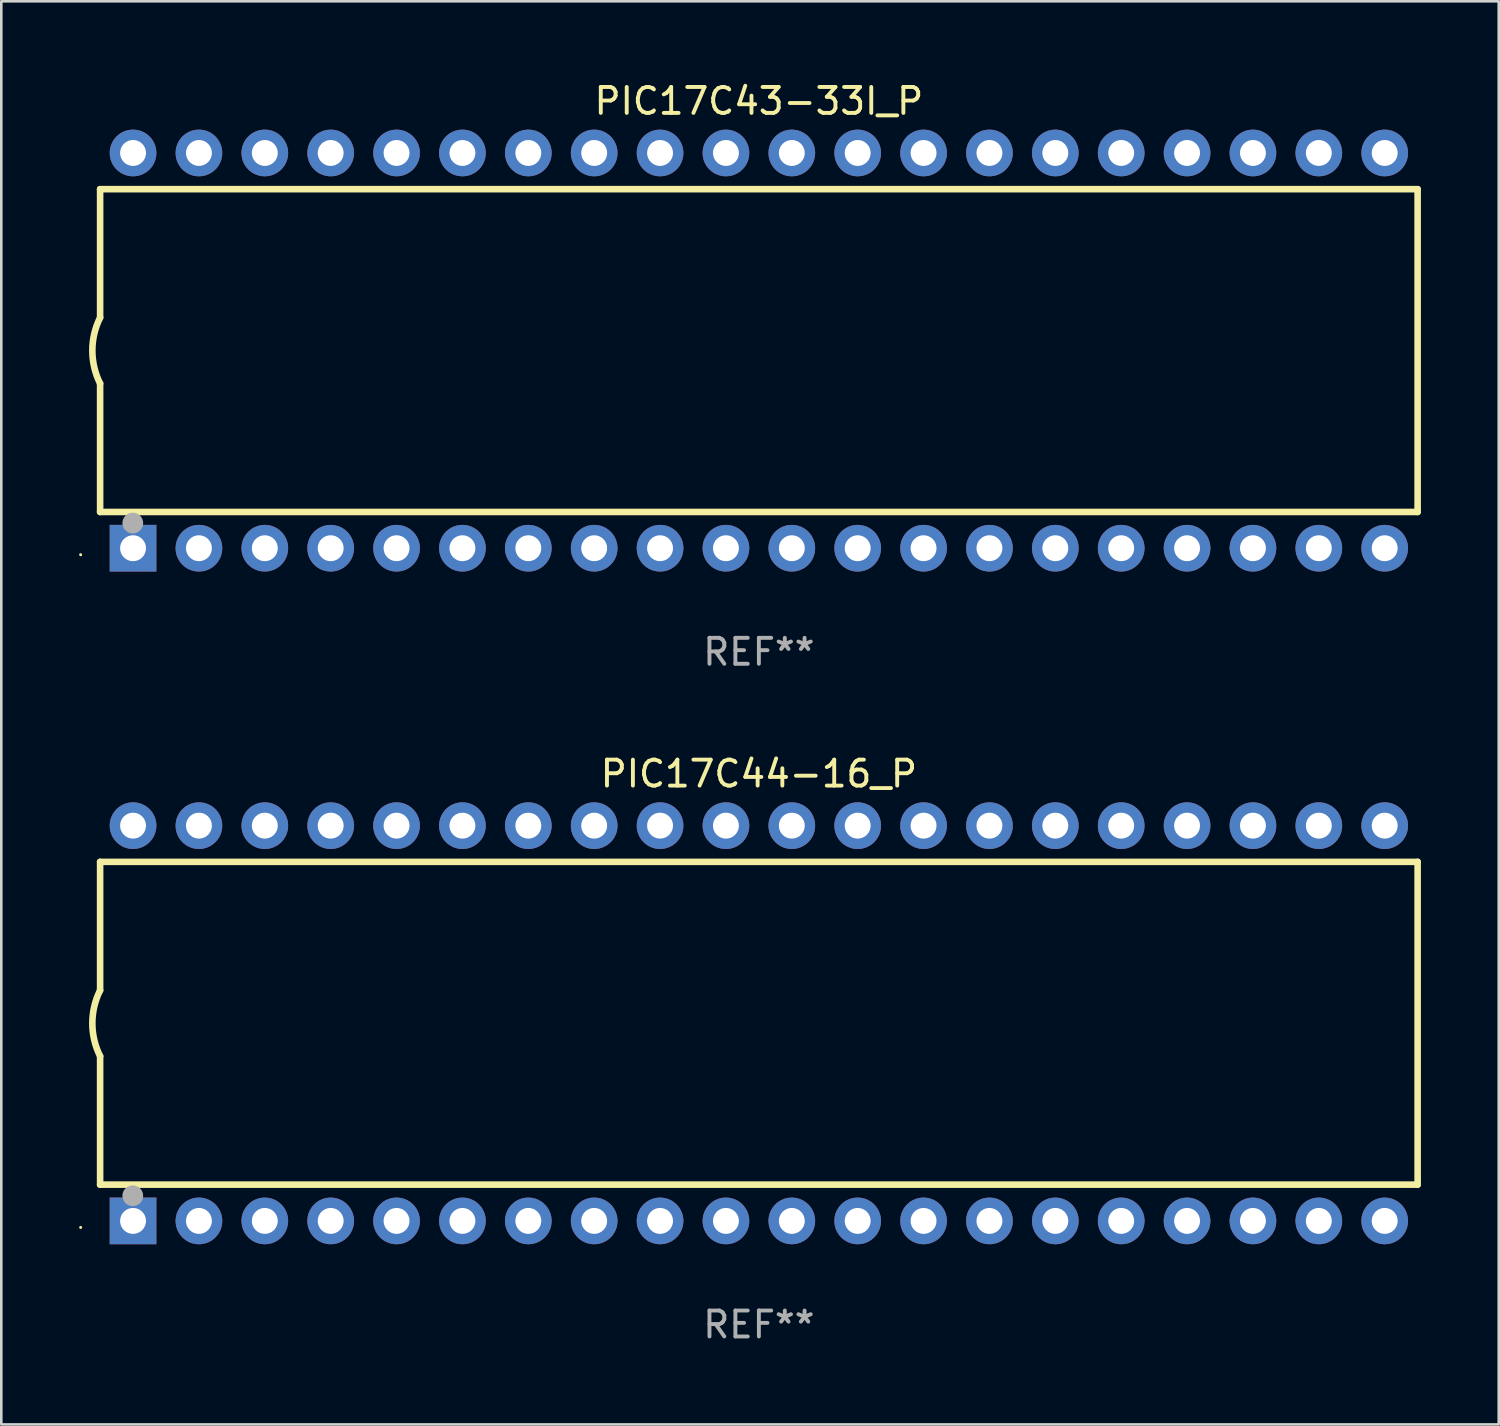
<source format=kicad_pcb>
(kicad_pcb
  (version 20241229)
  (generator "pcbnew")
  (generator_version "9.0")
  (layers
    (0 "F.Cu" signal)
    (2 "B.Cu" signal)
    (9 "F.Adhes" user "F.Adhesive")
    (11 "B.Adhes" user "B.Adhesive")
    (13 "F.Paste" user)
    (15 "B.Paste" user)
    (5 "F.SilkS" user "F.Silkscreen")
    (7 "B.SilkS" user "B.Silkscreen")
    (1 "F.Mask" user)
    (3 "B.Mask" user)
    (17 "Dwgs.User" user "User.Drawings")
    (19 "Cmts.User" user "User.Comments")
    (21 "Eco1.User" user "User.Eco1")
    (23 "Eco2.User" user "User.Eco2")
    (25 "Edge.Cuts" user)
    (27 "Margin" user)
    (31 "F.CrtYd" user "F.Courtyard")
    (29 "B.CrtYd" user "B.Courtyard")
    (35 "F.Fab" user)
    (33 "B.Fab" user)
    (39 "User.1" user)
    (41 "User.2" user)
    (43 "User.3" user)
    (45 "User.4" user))
  (footprint "PIC17C43-33I_P"
    (layer "F.Cu")
    (at 26.21 10.468)
    (property "Reference" "PIC17C43-33I_P" (at 0 -9.62 0) (layer "F.SilkS") (effects (font (size 1 1) (thickness 0.15))))
    (attr through_hole)
    (fp_line (start -25.4 -6.224) (end -25.4 -1.271) (stroke (width 0.254) (type solid)) (layer "F.SilkS"))
    (fp_line (start -25.4 -6.224) (end 25.4 -6.224) (stroke (width 0.254) (type solid)) (layer "F.SilkS"))
    (fp_line (start -25.4 1.269) (end -25.4 6.222) (stroke (width 0.254) (type solid)) (layer "F.SilkS"))
    (fp_line (start -25.4 6.222) (end 25.4 6.222) (stroke (width 0.254) (type solid)) (layer "F.SilkS"))
    (fp_line (start 25.4 6.222) (end 25.4 -6.224) (stroke (width 0.254) (type solid)) (layer "F.SilkS"))
    (fp_arc (start -25.4 1.269241) (mid -25.699807 -0.000762) (end -25.4 -1.270765) (stroke (width 0.254001) (type solid)) (layer "F.SilkS"))
    (fp_circle (center -26.15 7.87) (end -26.12 7.87) (stroke (width 0.06) (type solid)) (fill no) (layer "F.SilkS"))
    (fp_circle (center -24.14 6.65) (end -23.94 6.65) (stroke (width 0.4) (type solid)) (fill no) (layer "F.Fab"))
    (fp_text user "REF**" (at 0 11.62 0) (layer "F.Fab") (effects (font (size 1 1) (thickness 0.15))))
    (pad "1" thru_hole rect (at -24.13 7.62 90) (size 1.8 1.8) (drill 1) (layers "*.Cu" "*.Mask"))
    (pad "2" thru_hole circle (at -21.59 7.62) (size 1.8 1.8) (drill 1) (layers "*.Cu" "*.Mask"))
    (pad "3" thru_hole circle (at -19.05 7.62) (size 1.8 1.8) (drill 1) (layers "*.Cu" "*.Mask"))
    (pad "4" thru_hole circle (at -16.51 7.62) (size 1.8 1.8) (drill 1) (layers "*.Cu" "*.Mask"))
    (pad "5" thru_hole circle (at -13.97 7.62) (size 1.8 1.8) (drill 1) (layers "*.Cu" "*.Mask"))
    (pad "6" thru_hole circle (at -11.43 7.62) (size 1.8 1.8) (drill 1) (layers "*.Cu" "*.Mask"))
    (pad "7" thru_hole circle (at -8.89 7.62) (size 1.8 1.8) (drill 1) (layers "*.Cu" "*.Mask"))
    (pad "8" thru_hole circle (at -6.35 7.62) (size 1.8 1.8) (drill 1) (layers "*.Cu" "*.Mask"))
    (pad "9" thru_hole circle (at -3.81 7.62) (size 1.8 1.8) (drill 1) (layers "*.Cu" "*.Mask"))
    (pad "10" thru_hole circle (at -1.27 7.62) (size 1.8 1.8) (drill 1) (layers "*.Cu" "*.Mask"))
    (pad "11" thru_hole circle (at 1.27 7.62) (size 1.8 1.8) (drill 1) (layers "*.Cu" "*.Mask"))
    (pad "12" thru_hole circle (at 3.81 7.62) (size 1.8 1.8) (drill 1) (layers "*.Cu" "*.Mask"))
    (pad "13" thru_hole circle (at 6.35 7.62) (size 1.8 1.8) (drill 1) (layers "*.Cu" "*.Mask"))
    (pad "14" thru_hole circle (at 8.89 7.62) (size 1.8 1.8) (drill 1) (layers "*.Cu" "*.Mask"))
    (pad "15" thru_hole circle (at 11.43 7.62) (size 1.8 1.8) (drill 1) (layers "*.Cu" "*.Mask"))
    (pad "16" thru_hole circle (at 13.97 7.62) (size 1.8 1.8) (drill 1) (layers "*.Cu" "*.Mask"))
    (pad "17" thru_hole circle (at 16.51 7.62) (size 1.8 1.8) (drill 1) (layers "*.Cu" "*.Mask"))
    (pad "18" thru_hole circle (at 19.05 7.62) (size 1.8 1.8) (drill 1) (layers "*.Cu" "*.Mask"))
    (pad "19" thru_hole circle (at 21.59 7.62) (size 1.8 1.8) (drill 1) (layers "*.Cu" "*.Mask"))
    (pad "20" thru_hole circle (at 24.13 7.62) (size 1.8 1.8) (drill 1) (layers "*.Cu" "*.Mask"))
    (pad "21" thru_hole circle (at 24.13 -7.62) (size 1.8 1.8) (drill 1) (layers "*.Cu" "*.Mask"))
    (pad "22" thru_hole circle (at 21.59 -7.62) (size 1.8 1.8) (drill 1) (layers "*.Cu" "*.Mask"))
    (pad "23" thru_hole circle (at 19.05 -7.62) (size 1.8 1.8) (drill 1) (layers "*.Cu" "*.Mask"))
    (pad "24" thru_hole circle (at 16.51 -7.62) (size 1.8 1.8) (drill 1) (layers "*.Cu" "*.Mask"))
    (pad "25" thru_hole circle (at 13.97 -7.62) (size 1.8 1.8) (drill 1) (layers "*.Cu" "*.Mask"))
    (pad "26" thru_hole circle (at 11.43 -7.62) (size 1.8 1.8) (drill 1) (layers "*.Cu" "*.Mask"))
    (pad "27" thru_hole circle (at 8.89 -7.62) (size 1.8 1.8) (drill 1) (layers "*.Cu" "*.Mask"))
    (pad "28" thru_hole circle (at 6.35 -7.62) (size 1.8 1.8) (drill 1) (layers "*.Cu" "*.Mask"))
    (pad "29" thru_hole circle (at 3.81 -7.62) (size 1.8 1.8) (drill 1) (layers "*.Cu" "*.Mask"))
    (pad "30" thru_hole circle (at 1.27 -7.62) (size 1.8 1.8) (drill 1) (layers "*.Cu" "*.Mask"))
    (pad "31" thru_hole circle (at -1.27 -7.62) (size 1.8 1.8) (drill 1) (layers "*.Cu" "*.Mask"))
    (pad "32" thru_hole circle (at -3.81 -7.62) (size 1.8 1.8) (drill 1) (layers "*.Cu" "*.Mask"))
    (pad "33" thru_hole circle (at -6.35 -7.62) (size 1.8 1.8) (drill 1) (layers "*.Cu" "*.Mask"))
    (pad "34" thru_hole circle (at -8.89 -7.62) (size 1.8 1.8) (drill 1) (layers "*.Cu" "*.Mask"))
    (pad "35" thru_hole circle (at -11.43 -7.62) (size 1.8 1.8) (drill 1) (layers "*.Cu" "*.Mask"))
    (pad "36" thru_hole circle (at -13.97 -7.62) (size 1.8 1.8) (drill 1) (layers "*.Cu" "*.Mask"))
    (pad "37" thru_hole circle (at -16.51 -7.62) (size 1.8 1.8) (drill 1) (layers "*.Cu" "*.Mask"))
    (pad "38" thru_hole circle (at -19.05 -7.62) (size 1.8 1.8) (drill 1) (layers "*.Cu" "*.Mask"))
    (pad "39" thru_hole circle (at -21.59 -7.62) (size 1.8 1.8) (drill 1) (layers "*.Cu" "*.Mask"))
    (pad "40" thru_hole circle (at -24.13 -7.62) (size 1.8 1.8) (drill 1) (layers "*.Cu" "*.Mask")))
  (footprint "PIC17C44-16_P"
    (layer "F.Cu")
    (at 26.21 36.405)
    (property "Reference" "PIC17C44-16_P" (at 0 -9.62 0) (layer "F.SilkS") (effects (font (size 1 1) (thickness 0.15))))
    (attr through_hole)
    (fp_line (start -25.4 -6.224) (end -25.4 -1.271) (stroke (width 0.254) (type solid)) (layer "F.SilkS"))
    (fp_line (start -25.4 -6.224) (end 25.4 -6.224) (stroke (width 0.254) (type solid)) (layer "F.SilkS"))
    (fp_line (start -25.4 1.269) (end -25.4 6.222) (stroke (width 0.254) (type solid)) (layer "F.SilkS"))
    (fp_line (start -25.4 6.222) (end 25.4 6.222) (stroke (width 0.254) (type solid)) (layer "F.SilkS"))
    (fp_line (start 25.4 6.222) (end 25.4 -6.224) (stroke (width 0.254) (type solid)) (layer "F.SilkS"))
    (fp_arc (start -25.4 1.269241) (mid -25.699807 -0.000762) (end -25.4 -1.270765) (stroke (width 0.254001) (type solid)) (layer "F.SilkS"))
    (fp_circle (center -26.15 7.87) (end -26.12 7.87) (stroke (width 0.06) (type solid)) (fill no) (layer "F.SilkS"))
    (fp_circle (center -24.14 6.65) (end -23.94 6.65) (stroke (width 0.4) (type solid)) (fill no) (layer "F.Fab"))
    (fp_text user "REF**" (at 0 11.62 0) (layer "F.Fab") (effects (font (size 1 1) (thickness 0.15))))
    (pad "1" thru_hole rect (at -24.13 7.62 90) (size 1.8 1.8) (drill 1) (layers "*.Cu" "*.Mask"))
    (pad "2" thru_hole circle (at -21.59 7.62) (size 1.8 1.8) (drill 1) (layers "*.Cu" "*.Mask"))
    (pad "3" thru_hole circle (at -19.05 7.62) (size 1.8 1.8) (drill 1) (layers "*.Cu" "*.Mask"))
    (pad "4" thru_hole circle (at -16.51 7.62) (size 1.8 1.8) (drill 1) (layers "*.Cu" "*.Mask"))
    (pad "5" thru_hole circle (at -13.97 7.62) (size 1.8 1.8) (drill 1) (layers "*.Cu" "*.Mask"))
    (pad "6" thru_hole circle (at -11.43 7.62) (size 1.8 1.8) (drill 1) (layers "*.Cu" "*.Mask"))
    (pad "7" thru_hole circle (at -8.89 7.62) (size 1.8 1.8) (drill 1) (layers "*.Cu" "*.Mask"))
    (pad "8" thru_hole circle (at -6.35 7.62) (size 1.8 1.8) (drill 1) (layers "*.Cu" "*.Mask"))
    (pad "9" thru_hole circle (at -3.81 7.62) (size 1.8 1.8) (drill 1) (layers "*.Cu" "*.Mask"))
    (pad "10" thru_hole circle (at -1.27 7.62) (size 1.8 1.8) (drill 1) (layers "*.Cu" "*.Mask"))
    (pad "11" thru_hole circle (at 1.27 7.62) (size 1.8 1.8) (drill 1) (layers "*.Cu" "*.Mask"))
    (pad "12" thru_hole circle (at 3.81 7.62) (size 1.8 1.8) (drill 1) (layers "*.Cu" "*.Mask"))
    (pad "13" thru_hole circle (at 6.35 7.62) (size 1.8 1.8) (drill 1) (layers "*.Cu" "*.Mask"))
    (pad "14" thru_hole circle (at 8.89 7.62) (size 1.8 1.8) (drill 1) (layers "*.Cu" "*.Mask"))
    (pad "15" thru_hole circle (at 11.43 7.62) (size 1.8 1.8) (drill 1) (layers "*.Cu" "*.Mask"))
    (pad "16" thru_hole circle (at 13.97 7.62) (size 1.8 1.8) (drill 1) (layers "*.Cu" "*.Mask"))
    (pad "17" thru_hole circle (at 16.51 7.62) (size 1.8 1.8) (drill 1) (layers "*.Cu" "*.Mask"))
    (pad "18" thru_hole circle (at 19.05 7.62) (size 1.8 1.8) (drill 1) (layers "*.Cu" "*.Mask"))
    (pad "19" thru_hole circle (at 21.59 7.62) (size 1.8 1.8) (drill 1) (layers "*.Cu" "*.Mask"))
    (pad "20" thru_hole circle (at 24.13 7.62) (size 1.8 1.8) (drill 1) (layers "*.Cu" "*.Mask"))
    (pad "21" thru_hole circle (at 24.13 -7.62) (size 1.8 1.8) (drill 1) (layers "*.Cu" "*.Mask"))
    (pad "22" thru_hole circle (at 21.59 -7.62) (size 1.8 1.8) (drill 1) (layers "*.Cu" "*.Mask"))
    (pad "23" thru_hole circle (at 19.05 -7.62) (size 1.8 1.8) (drill 1) (layers "*.Cu" "*.Mask"))
    (pad "24" thru_hole circle (at 16.51 -7.62) (size 1.8 1.8) (drill 1) (layers "*.Cu" "*.Mask"))
    (pad "25" thru_hole circle (at 13.97 -7.62) (size 1.8 1.8) (drill 1) (layers "*.Cu" "*.Mask"))
    (pad "26" thru_hole circle (at 11.43 -7.62) (size 1.8 1.8) (drill 1) (layers "*.Cu" "*.Mask"))
    (pad "27" thru_hole circle (at 8.89 -7.62) (size 1.8 1.8) (drill 1) (layers "*.Cu" "*.Mask"))
    (pad "28" thru_hole circle (at 6.35 -7.62) (size 1.8 1.8) (drill 1) (layers "*.Cu" "*.Mask"))
    (pad "29" thru_hole circle (at 3.81 -7.62) (size 1.8 1.8) (drill 1) (layers "*.Cu" "*.Mask"))
    (pad "30" thru_hole circle (at 1.27 -7.62) (size 1.8 1.8) (drill 1) (layers "*.Cu" "*.Mask"))
    (pad "31" thru_hole circle (at -1.27 -7.62) (size 1.8 1.8) (drill 1) (layers "*.Cu" "*.Mask"))
    (pad "32" thru_hole circle (at -3.81 -7.62) (size 1.8 1.8) (drill 1) (layers "*.Cu" "*.Mask"))
    (pad "33" thru_hole circle (at -6.35 -7.62) (size 1.8 1.8) (drill 1) (layers "*.Cu" "*.Mask"))
    (pad "34" thru_hole circle (at -8.89 -7.62) (size 1.8 1.8) (drill 1) (layers "*.Cu" "*.Mask"))
    (pad "35" thru_hole circle (at -11.43 -7.62) (size 1.8 1.8) (drill 1) (layers "*.Cu" "*.Mask"))
    (pad "36" thru_hole circle (at -13.97 -7.62) (size 1.8 1.8) (drill 1) (layers "*.Cu" "*.Mask"))
    (pad "37" thru_hole circle (at -16.51 -7.62) (size 1.8 1.8) (drill 1) (layers "*.Cu" "*.Mask"))
    (pad "38" thru_hole circle (at -19.05 -7.62) (size 1.8 1.8) (drill 1) (layers "*.Cu" "*.Mask"))
    (pad "39" thru_hole circle (at -21.59 -7.62) (size 1.8 1.8) (drill 1) (layers "*.Cu" "*.Mask"))
    (pad "40" thru_hole circle (at -24.13 -7.62) (size 1.8 1.8) (drill 1) (layers "*.Cu" "*.Mask")))
  (gr_rect
    (start -3 -3)
    (end 54.737 51.873)
    (stroke (width 0.1) (type default))
    (fill no)
    (layer "Edge.Cuts")))
</source>
